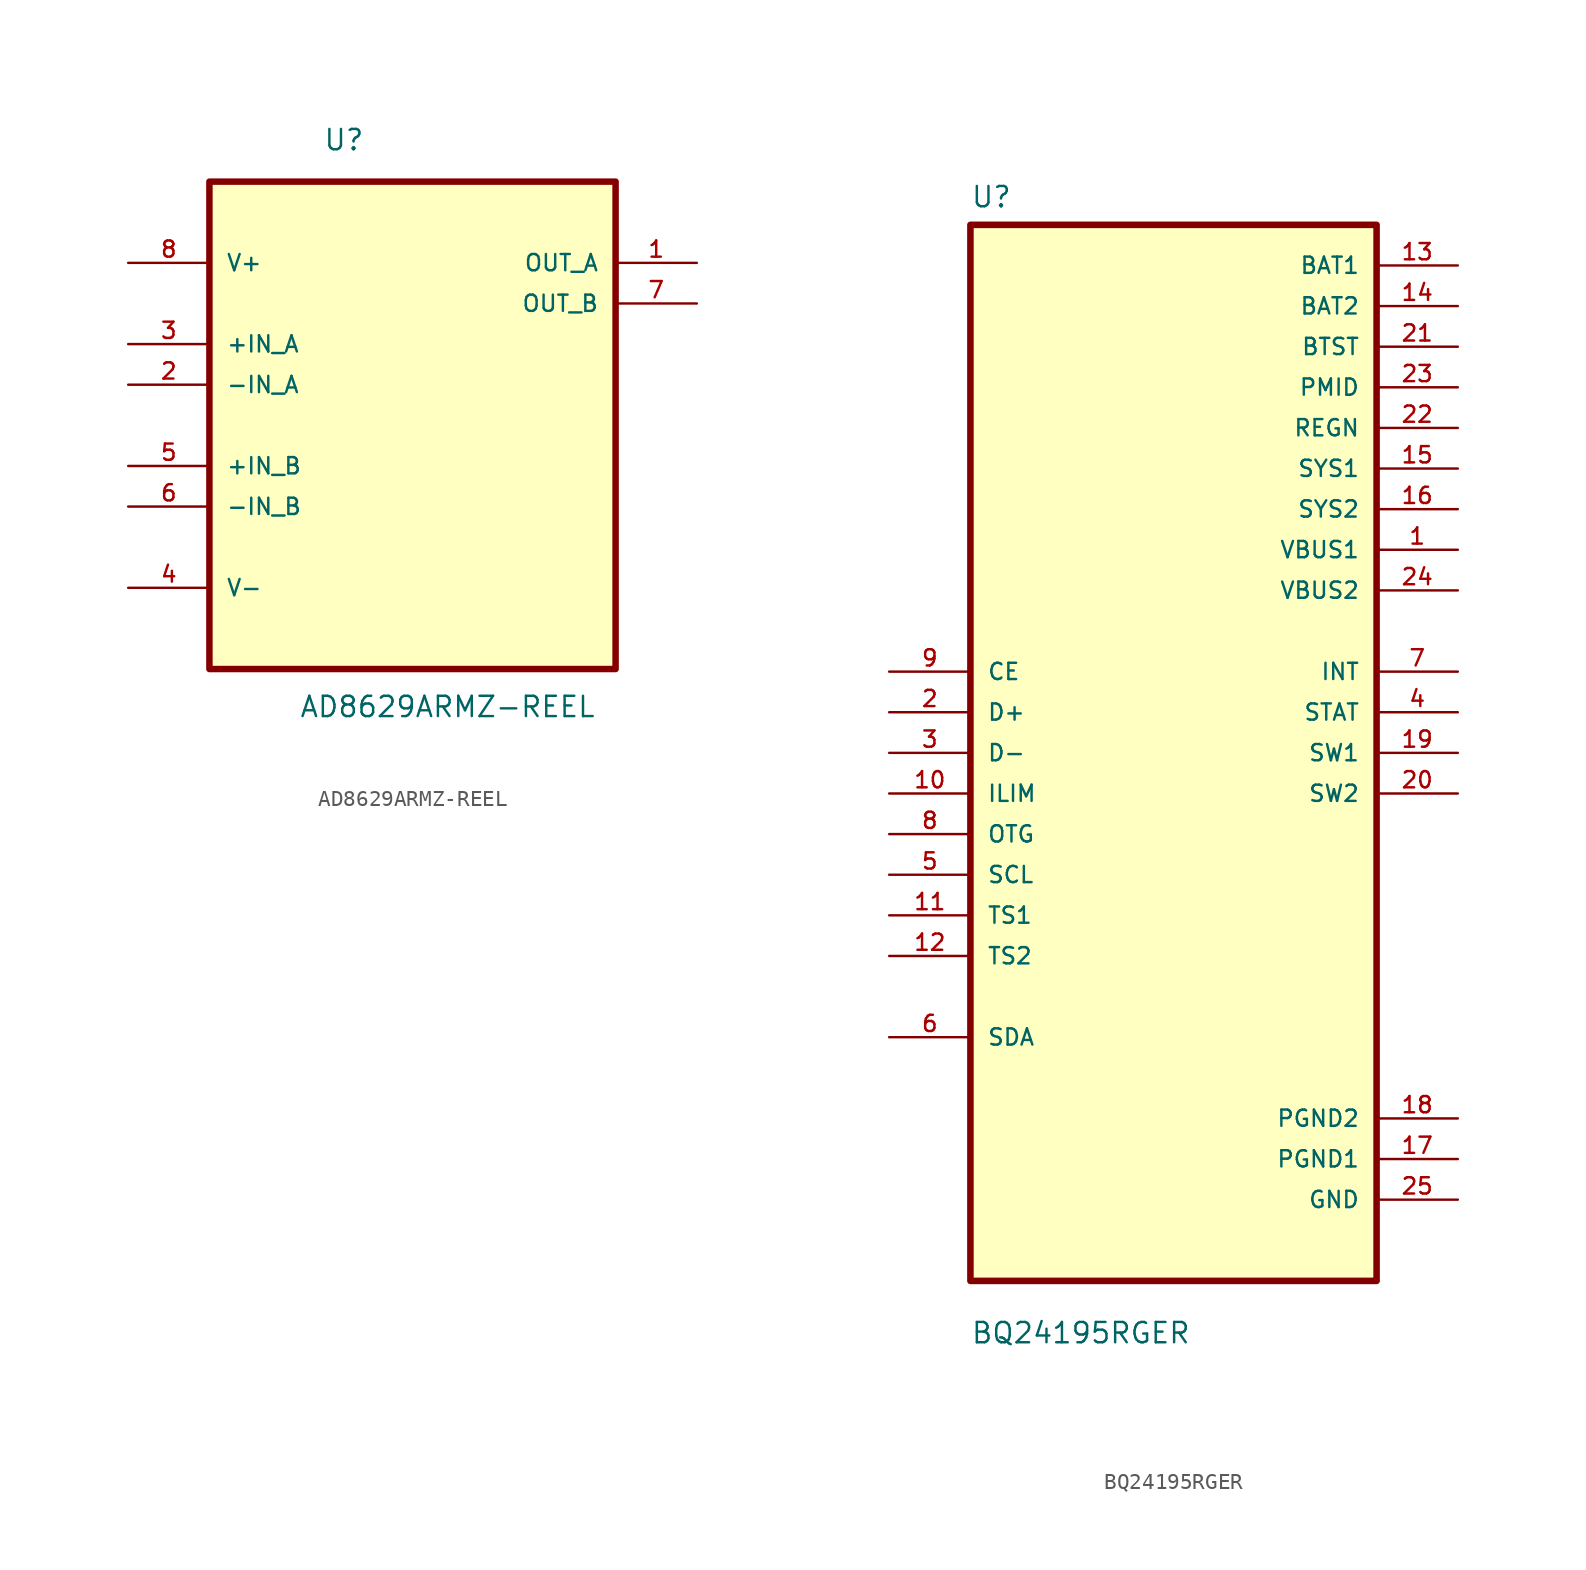
<source format=kicad_sym>
(kicad_symbol_lib
  (version 20220914)
  (generator kicad_symbol_editor)
  (symbol "AD8629ARMZ-REEL"
    (pin_names
      (offset 1.016))
    (property "Reference" "U"
      (at -5.601 14.563 0)
      (effects (font (size 1.27 1.27)) (justify left bottom)))
    (property "Value" "AD8629ARMZ-REEL"
      (at -7.097 -20.885 0)
      (effects (font (size 1.27 1.27)) (justify left bottom)))
    (symbol "AD8629ARMZ-REEL_0_0"
      (rectangle (start -12.7 -17.78) (end 12.7 12.7) (stroke (width 0.406) (type default)) (fill (type background)))
      (pin output line (at 17.78 7.62 180) (length 5.08) (name "OUT_A" (effects (font (size 1.016 1.016)))) (number "1" (effects (font (size 1.016 1.016)))))
      (pin input line (at -17.78 0 0) (length 5.08) (name "-IN_A" (effects (font (size 1.016 1.016)))) (number "2" (effects (font (size 1.016 1.016)))))
      (pin input line (at -17.78 2.54 0) (length 5.08) (name "+IN_A" (effects (font (size 1.016 1.016)))) (number "3" (effects (font (size 1.016 1.016)))))
      (pin power_in line (at -17.78 -12.7 0) (length 5.08) (name "V-" (effects (font (size 1.016 1.016)))) (number "4" (effects (font (size 1.016 1.016)))))
      (pin input line (at -17.78 -5.08 0) (length 5.08) (name "+IN_B" (effects (font (size 1.016 1.016)))) (number "5" (effects (font (size 1.016 1.016)))))
      (pin input line (at -17.78 -7.62 0) (length 5.08) (name "-IN_B" (effects (font (size 1.016 1.016)))) (number "6" (effects (font (size 1.016 1.016)))))
      (pin output line (at 17.78 5.08 180) (length 5.08) (name "OUT_B" (effects (font (size 1.016 1.016)))) (number "7" (effects (font (size 1.016 1.016)))))
      (pin power_in line (at -17.78 7.62 0) (length 5.08) (name "V+" (effects (font (size 1.016 1.016)))) (number "8" (effects (font (size 1.016 1.016)))))))
  (symbol "BQ24195RGER"
    (pin_names
      (offset 1.016))
    (property "Reference" "U"
      (at -12.7 34.02 0)
      (effects (font (size 1.27 1.27)) (justify left bottom)))
    (property "Value" "BQ24195RGER"
      (at -12.7 -37.02 0)
      (effects (font (size 1.27 1.27)) (justify left bottom)))
    (symbol "BQ24195RGER_0_0"
      (rectangle (start -12.7 -33.02) (end 12.7 33.02) (stroke (width 0.41) (type default)) (fill (type background)))
      (pin power_in line (at 17.78 12.7 180) (length 5.08) (name "VBUS1" (effects (font (size 1.016 1.016)))) (number "1" (effects (font (size 1.016 1.016)))))
      (pin input line (at -17.78 -2.54 0) (length 5.08) (name "ILIM" (effects (font (size 1.016 1.016)))) (number "10" (effects (font (size 1.016 1.016)))))
      (pin input line (at -17.78 -10.16 0) (length 5.08) (name "TS1" (effects (font (size 1.016 1.016)))) (number "11" (effects (font (size 1.016 1.016)))))
      (pin input line (at -17.78 -12.7 0) (length 5.08) (name "TS2" (effects (font (size 1.016 1.016)))) (number "12" (effects (font (size 1.016 1.016)))))
      (pin power_in line (at 17.78 30.48 180) (length 5.08) (name "BAT1" (effects (font (size 1.016 1.016)))) (number "13" (effects (font (size 1.016 1.016)))))
      (pin power_in line (at 17.78 27.94 180) (length 5.08) (name "BAT2" (effects (font (size 1.016 1.016)))) (number "14" (effects (font (size 1.016 1.016)))))
      (pin power_in line (at 17.78 17.78 180) (length 5.08) (name "SYS1" (effects (font (size 1.016 1.016)))) (number "15" (effects (font (size 1.016 1.016)))))
      (pin power_in line (at 17.78 15.24 180) (length 5.08) (name "SYS2" (effects (font (size 1.016 1.016)))) (number "16" (effects (font (size 1.016 1.016)))))
      (pin power_in line (at 17.78 -25.4 180) (length 5.08) (name "PGND1" (effects (font (size 1.016 1.016)))) (number "17" (effects (font (size 1.016 1.016)))))
      (pin power_in line (at 17.78 -22.86 180) (length 5.08) (name "PGND2" (effects (font (size 1.016 1.016)))) (number "18" (effects (font (size 1.016 1.016)))))
      (pin output line (at 17.78 0 180) (length 5.08) (name "SW1" (effects (font (size 1.016 1.016)))) (number "19" (effects (font (size 1.016 1.016)))))
      (pin input line (at -17.78 2.54 0) (length 5.08) (name "D+" (effects (font (size 1.016 1.016)))) (number "2" (effects (font (size 1.016 1.016)))))
      (pin output line (at 17.78 -2.54 180) (length 5.08) (name "SW2" (effects (font (size 1.016 1.016)))) (number "20" (effects (font (size 1.016 1.016)))))
      (pin power_in line (at 17.78 25.4 180) (length 5.08) (name "BTST" (effects (font (size 1.016 1.016)))) (number "21" (effects (font (size 1.016 1.016)))))
      (pin power_in line (at 17.78 20.32 180) (length 5.08) (name "REGN" (effects (font (size 1.016 1.016)))) (number "22" (effects (font (size 1.016 1.016)))))
      (pin power_in line (at 17.78 22.86 180) (length 5.08) (name "PMID" (effects (font (size 1.016 1.016)))) (number "23" (effects (font (size 1.016 1.016)))))
      (pin power_in line (at 17.78 10.16 180) (length 5.08) (name "VBUS2" (effects (font (size 1.016 1.016)))) (number "24" (effects (font (size 1.016 1.016)))))
      (pin power_in line (at 17.78 -27.94 180) (length 5.08) (name "GND" (effects (font (size 1.016 1.016)))) (number "25" (effects (font (size 1.016 1.016)))))
      (pin input line (at -17.78 0 0) (length 5.08) (name "D-" (effects (font (size 1.016 1.016)))) (number "3" (effects (font (size 1.016 1.016)))))
      (pin output line (at 17.78 2.54 180) (length 5.08) (name "STAT" (effects (font (size 1.016 1.016)))) (number "4" (effects (font (size 1.016 1.016)))))
      (pin input line (at -17.78 -7.62 0) (length 5.08) (name "SCL" (effects (font (size 1.016 1.016)))) (number "5" (effects (font (size 1.016 1.016)))))
      (pin bidirectional line (at -17.78 -17.78 0) (length 5.08) (name "SDA" (effects (font (size 1.016 1.016)))) (number "6" (effects (font (size 1.016 1.016)))))
      (pin output line (at 17.78 5.08 180) (length 5.08) (name "INT" (effects (font (size 1.016 1.016)))) (number "7" (effects (font (size 1.016 1.016)))))
      (pin input line (at -17.78 -5.08 0) (length 5.08) (name "OTG" (effects (font (size 1.016 1.016)))) (number "8" (effects (font (size 1.016 1.016)))))
      (pin input line (at -17.78 5.08 0) (length 5.08) (name "CE" (effects (font (size 1.016 1.016)))) (number "9" (effects (font (size 1.016 1.016))))))))
</source>
